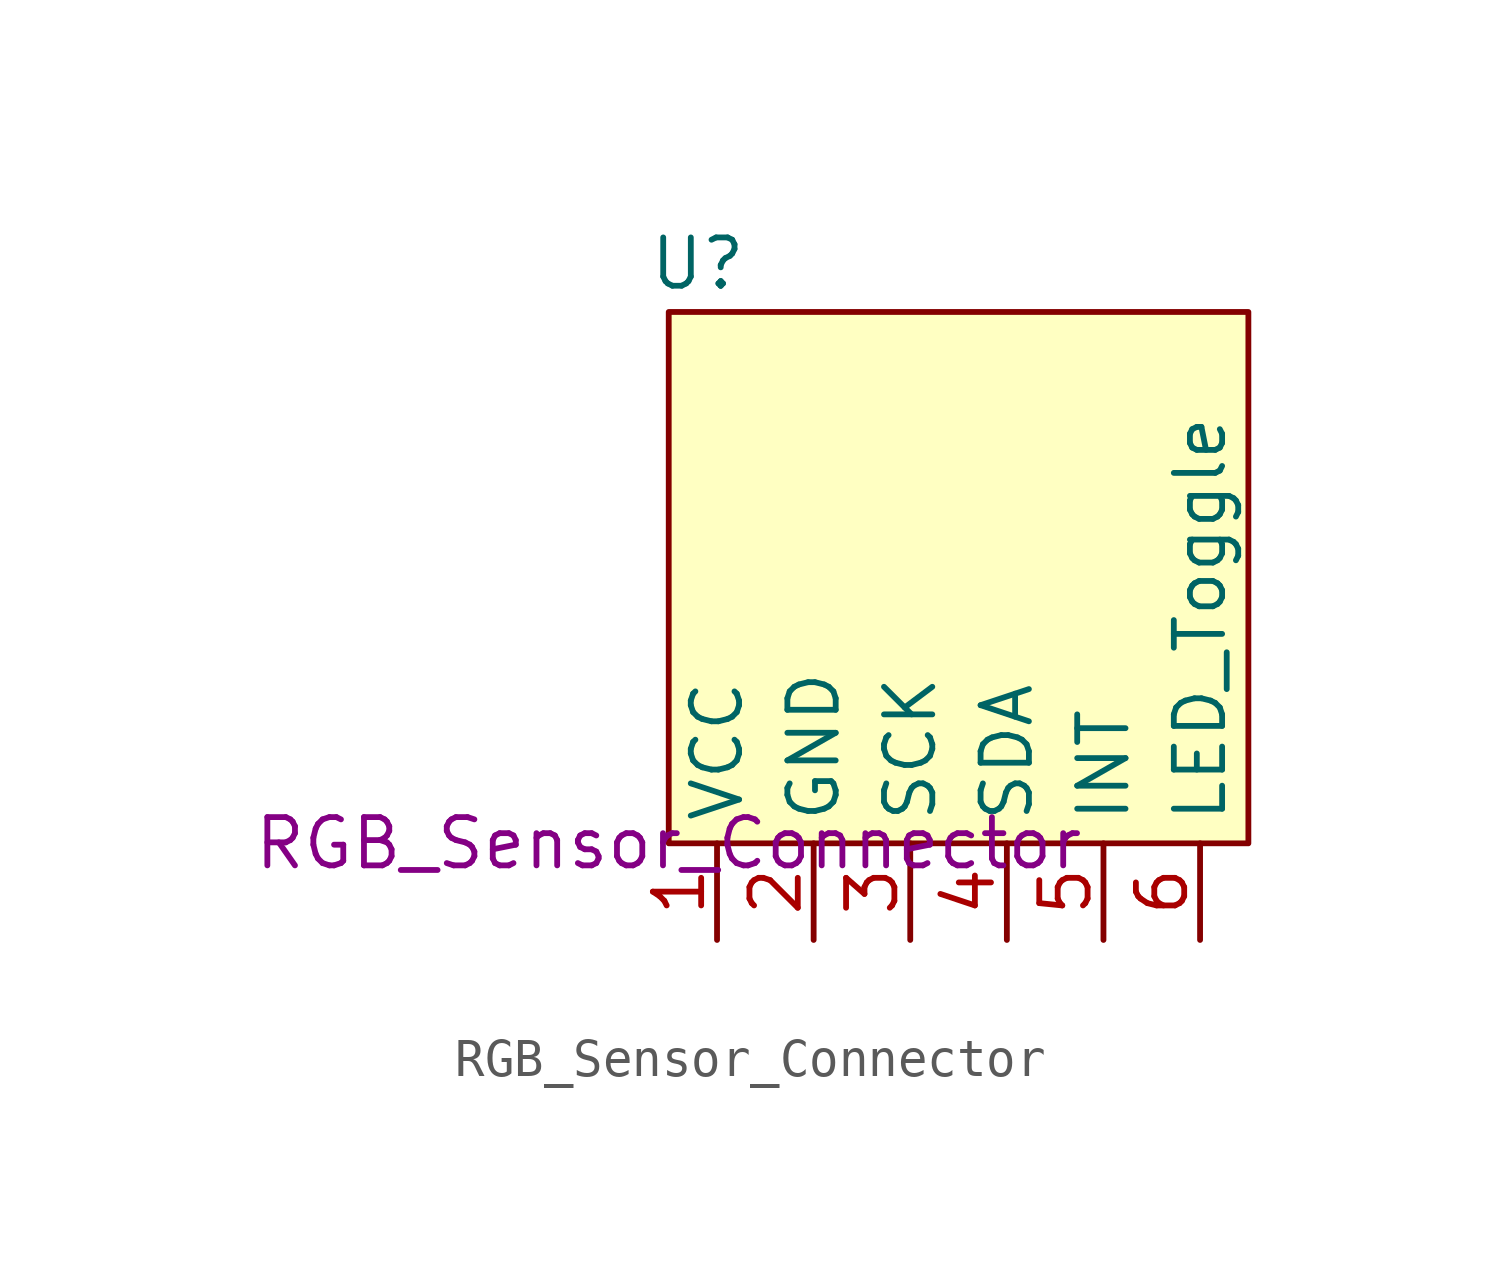
<source format=kicad_sym>
(kicad_symbol_lib
  (version 20231120)
  (generator "kicad_symbol_editor")
  (generator_version "8.0")
  (symbol "RGB_Sensor_Connector"
    (property "Reference" "U"
      (at 0.762 15.24 0)
      (effects (font (size 1.27 1.27))))
    (property "Value" ""
      (at 0 0 0)
      (effects (font (size 1.27 1.27))))
    (property "Description" "RGB_Sensor_Connector"
      (at 0 0 0)
      (effects (font (size 1.27 1.27))))
    (symbol "RGB_Sensor_Connector_1_1"
      (rectangle (start 0 13.97) (end 15.24 0) (stroke (width 0) (type default)) (fill (type background)))
      (pin input line (at 1.27 -2.54 90) (length 2.54) (name "VCC" (effects (font (size 1.27 1.27)))) (number "1" (effects (font (size 1.27 1.27)))))
      (pin input line (at 3.81 -2.54 90) (length 2.54) (name "GND" (effects (font (size 1.27 1.27)))) (number "2" (effects (font (size 1.27 1.27)))))
      (pin input line (at 6.35 -2.54 90) (length 2.54) (name "SCK" (effects (font (size 1.27 1.27)))) (number "3" (effects (font (size 1.27 1.27)))))
      (pin input line (at 8.89 -2.54 90) (length 2.54) (name "SDA" (effects (font (size 1.27 1.27)))) (number "4" (effects (font (size 1.27 1.27)))))
      (pin input line (at 11.43 -2.54 90) (length 2.54) (name "INT" (effects (font (size 1.27 1.27)))) (number "5" (effects (font (size 1.27 1.27)))))
      (pin input line (at 13.97 -2.54 90) (length 2.54) (name "LED_Toggle" (effects (font (size 1.27 1.27)))) (number "6" (effects (font (size 1.27 1.27))))))))
</source>
